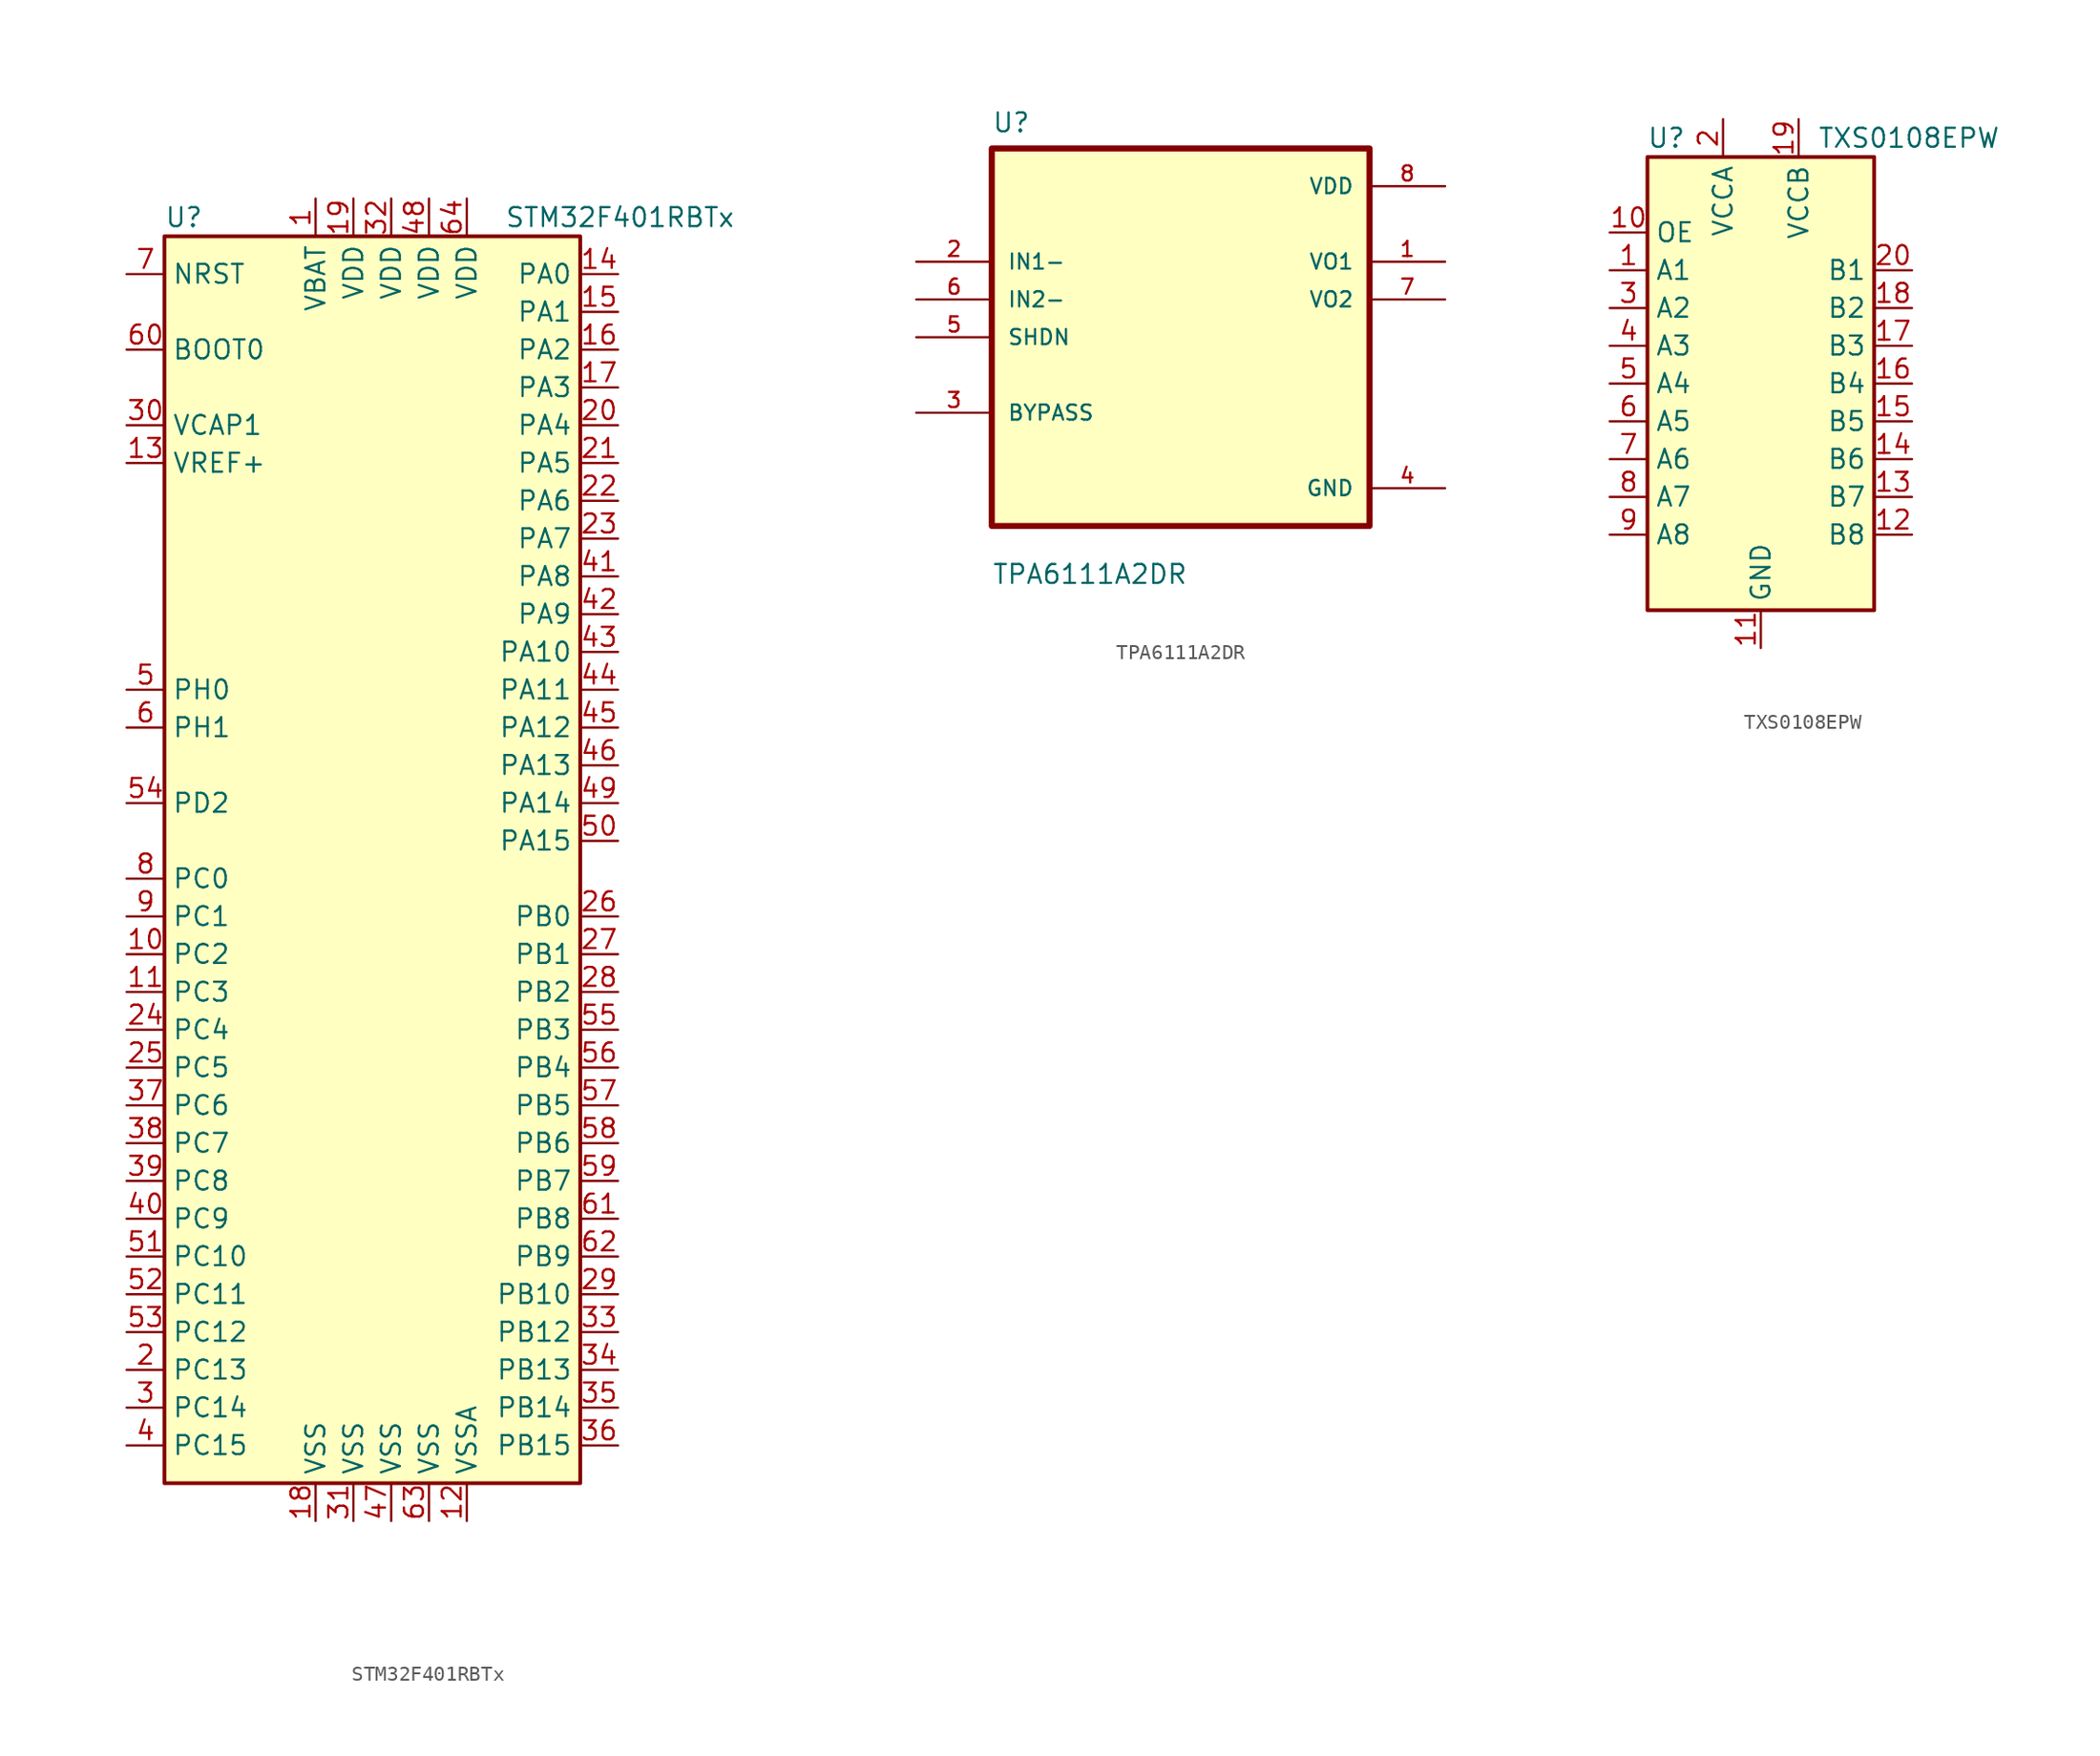
<source format=kicad_sym>
(kicad_symbol_lib
  (version 20241209)
  (generator "kicad_symbol_editor")
  (generator_version "9.0")
  (symbol "STM32F401RBTx"
    (property "Reference" "U"
      (at -15.24 41.91 0)
      (effects (font (size 1.27 1.27)) (justify left)))
    (property "Value" "STM32F401RBTx"
      (at 7.62 41.91 0)
      (effects (font (size 1.27 1.27)) (justify left)))
    (symbol "STM32F401RBTx_0_1"
      (rectangle (start -15.24 -43.18) (end 12.7 40.64) (stroke (width 0.254) (type solid)) (fill (type background))))
    (symbol "STM32F401RBTx_1_1"
      (pin input line (at -17.78 38.1 0) (length 2.54) (name "NRST" (effects (font (size 1.27 1.27)))) (number "7" (effects (font (size 1.27 1.27)))))
      (pin input line (at -17.78 33.02 0) (length 2.54) (name "BOOT0" (effects (font (size 1.27 1.27)))) (number "60" (effects (font (size 1.27 1.27)))))
      (pin power_in line (at -17.78 27.94 0) (length 2.54) (name "VCAP1" (effects (font (size 1.27 1.27)))) (number "30" (effects (font (size 1.27 1.27)))))
      (pin power_in line (at -17.78 25.4 0) (length 2.54) (name "VREF+" (effects (font (size 1.27 1.27)))) (number "13" (effects (font (size 1.27 1.27)))))
      (pin input line (at -17.78 10.16 0) (length 2.54) (name "PH0" (effects (font (size 1.27 1.27)))) (number "5" (effects (font (size 1.27 1.27)))))
      (pin input line (at -17.78 7.62 0) (length 2.54) (name "PH1" (effects (font (size 1.27 1.27)))) (number "6" (effects (font (size 1.27 1.27)))))
      (pin bidirectional line (at -17.78 2.54 0) (length 2.54) (name "PD2" (effects (font (size 1.27 1.27)))) (number "54" (effects (font (size 1.27 1.27)))))
      (pin bidirectional line (at -17.78 -2.54 0) (length 2.54) (name "PC0" (effects (font (size 1.27 1.27)))) (number "8" (effects (font (size 1.27 1.27)))))
      (pin bidirectional line (at -17.78 -5.08 0) (length 2.54) (name "PC1" (effects (font (size 1.27 1.27)))) (number "9" (effects (font (size 1.27 1.27)))))
      (pin bidirectional line (at -17.78 -7.62 0) (length 2.54) (name "PC2" (effects (font (size 1.27 1.27)))) (number "10" (effects (font (size 1.27 1.27)))))
      (pin bidirectional line (at -17.78 -10.16 0) (length 2.54) (name "PC3" (effects (font (size 1.27 1.27)))) (number "11" (effects (font (size 1.27 1.27)))))
      (pin bidirectional line (at -17.78 -12.7 0) (length 2.54) (name "PC4" (effects (font (size 1.27 1.27)))) (number "24" (effects (font (size 1.27 1.27)))))
      (pin bidirectional line (at -17.78 -15.24 0) (length 2.54) (name "PC5" (effects (font (size 1.27 1.27)))) (number "25" (effects (font (size 1.27 1.27)))))
      (pin bidirectional line (at -17.78 -17.78 0) (length 2.54) (name "PC6" (effects (font (size 1.27 1.27)))) (number "37" (effects (font (size 1.27 1.27)))))
      (pin bidirectional line (at -17.78 -20.32 0) (length 2.54) (name "PC7" (effects (font (size 1.27 1.27)))) (number "38" (effects (font (size 1.27 1.27)))))
      (pin bidirectional line (at -17.78 -22.86 0) (length 2.54) (name "PC8" (effects (font (size 1.27 1.27)))) (number "39" (effects (font (size 1.27 1.27)))))
      (pin bidirectional line (at -17.78 -25.4 0) (length 2.54) (name "PC9" (effects (font (size 1.27 1.27)))) (number "40" (effects (font (size 1.27 1.27)))))
      (pin bidirectional line (at -17.78 -27.94 0) (length 2.54) (name "PC10" (effects (font (size 1.27 1.27)))) (number "51" (effects (font (size 1.27 1.27)))))
      (pin bidirectional line (at -17.78 -30.48 0) (length 2.54) (name "PC11" (effects (font (size 1.27 1.27)))) (number "52" (effects (font (size 1.27 1.27)))))
      (pin bidirectional line (at -17.78 -33.02 0) (length 2.54) (name "PC12" (effects (font (size 1.27 1.27)))) (number "53" (effects (font (size 1.27 1.27)))))
      (pin bidirectional line (at -17.78 -35.56 0) (length 2.54) (name "PC13" (effects (font (size 1.27 1.27)))) (number "2" (effects (font (size 1.27 1.27)))))
      (pin bidirectional line (at -17.78 -38.1 0) (length 2.54) (name "PC14" (effects (font (size 1.27 1.27)))) (number "3" (effects (font (size 1.27 1.27)))))
      (pin bidirectional line (at -17.78 -40.64 0) (length 2.54) (name "PC15" (effects (font (size 1.27 1.27)))) (number "4" (effects (font (size 1.27 1.27)))))
      (pin power_in line (at -5.08 43.18 270) (length 2.54) (name "VBAT" (effects (font (size 1.27 1.27)))) (number "1" (effects (font (size 1.27 1.27)))))
      (pin power_in line (at -5.08 -45.72 90) (length 2.54) (name "VSS" (effects (font (size 1.27 1.27)))) (number "18" (effects (font (size 1.27 1.27)))))
      (pin power_in line (at -2.54 43.18 270) (length 2.54) (name "VDD" (effects (font (size 1.27 1.27)))) (number "19" (effects (font (size 1.27 1.27)))))
      (pin power_in line (at -2.54 -45.72 90) (length 2.54) (name "VSS" (effects (font (size 1.27 1.27)))) (number "31" (effects (font (size 1.27 1.27)))))
      (pin power_in line (at 0 43.18 270) (length 2.54) (name "VDD" (effects (font (size 1.27 1.27)))) (number "32" (effects (font (size 1.27 1.27)))))
      (pin power_in line (at 0 -45.72 90) (length 2.54) (name "VSS" (effects (font (size 1.27 1.27)))) (number "47" (effects (font (size 1.27 1.27)))))
      (pin power_in line (at 2.54 43.18 270) (length 2.54) (name "VDD" (effects (font (size 1.27 1.27)))) (number "48" (effects (font (size 1.27 1.27)))))
      (pin power_in line (at 2.54 -45.72 90) (length 2.54) (name "VSS" (effects (font (size 1.27 1.27)))) (number "63" (effects (font (size 1.27 1.27)))))
      (pin power_in line (at 5.08 43.18 270) (length 2.54) (name "VDD" (effects (font (size 1.27 1.27)))) (number "64" (effects (font (size 1.27 1.27)))))
      (pin power_in line (at 5.08 -45.72 90) (length 2.54) (name "VSSA" (effects (font (size 1.27 1.27)))) (number "12" (effects (font (size 1.27 1.27)))))
      (pin bidirectional line (at 15.24 38.1 180) (length 2.54) (name "PA0" (effects (font (size 1.27 1.27)))) (number "14" (effects (font (size 1.27 1.27)))))
      (pin bidirectional line (at 15.24 35.56 180) (length 2.54) (name "PA1" (effects (font (size 1.27 1.27)))) (number "15" (effects (font (size 1.27 1.27)))))
      (pin bidirectional line (at 15.24 33.02 180) (length 2.54) (name "PA2" (effects (font (size 1.27 1.27)))) (number "16" (effects (font (size 1.27 1.27)))))
      (pin bidirectional line (at 15.24 30.48 180) (length 2.54) (name "PA3" (effects (font (size 1.27 1.27)))) (number "17" (effects (font (size 1.27 1.27)))))
      (pin bidirectional line (at 15.24 27.94 180) (length 2.54) (name "PA4" (effects (font (size 1.27 1.27)))) (number "20" (effects (font (size 1.27 1.27)))))
      (pin bidirectional line (at 15.24 25.4 180) (length 2.54) (name "PA5" (effects (font (size 1.27 1.27)))) (number "21" (effects (font (size 1.27 1.27)))))
      (pin bidirectional line (at 15.24 22.86 180) (length 2.54) (name "PA6" (effects (font (size 1.27 1.27)))) (number "22" (effects (font (size 1.27 1.27)))))
      (pin bidirectional line (at 15.24 20.32 180) (length 2.54) (name "PA7" (effects (font (size 1.27 1.27)))) (number "23" (effects (font (size 1.27 1.27)))))
      (pin bidirectional line (at 15.24 17.78 180) (length 2.54) (name "PA8" (effects (font (size 1.27 1.27)))) (number "41" (effects (font (size 1.27 1.27)))))
      (pin bidirectional line (at 15.24 15.24 180) (length 2.54) (name "PA9" (effects (font (size 1.27 1.27)))) (number "42" (effects (font (size 1.27 1.27)))))
      (pin bidirectional line (at 15.24 12.7 180) (length 2.54) (name "PA10" (effects (font (size 1.27 1.27)))) (number "43" (effects (font (size 1.27 1.27)))))
      (pin bidirectional line (at 15.24 10.16 180) (length 2.54) (name "PA11" (effects (font (size 1.27 1.27)))) (number "44" (effects (font (size 1.27 1.27)))))
      (pin bidirectional line (at 15.24 7.62 180) (length 2.54) (name "PA12" (effects (font (size 1.27 1.27)))) (number "45" (effects (font (size 1.27 1.27)))))
      (pin bidirectional line (at 15.24 5.08 180) (length 2.54) (name "PA13" (effects (font (size 1.27 1.27)))) (number "46" (effects (font (size 1.27 1.27)))))
      (pin bidirectional line (at 15.24 2.54 180) (length 2.54) (name "PA14" (effects (font (size 1.27 1.27)))) (number "49" (effects (font (size 1.27 1.27)))))
      (pin bidirectional line (at 15.24 0 180) (length 2.54) (name "PA15" (effects (font (size 1.27 1.27)))) (number "50" (effects (font (size 1.27 1.27)))))
      (pin bidirectional line (at 15.24 -5.08 180) (length 2.54) (name "PB0" (effects (font (size 1.27 1.27)))) (number "26" (effects (font (size 1.27 1.27)))))
      (pin bidirectional line (at 15.24 -7.62 180) (length 2.54) (name "PB1" (effects (font (size 1.27 1.27)))) (number "27" (effects (font (size 1.27 1.27)))))
      (pin bidirectional line (at 15.24 -10.16 180) (length 2.54) (name "PB2" (effects (font (size 1.27 1.27)))) (number "28" (effects (font (size 1.27 1.27)))))
      (pin bidirectional line (at 15.24 -12.7 180) (length 2.54) (name "PB3" (effects (font (size 1.27 1.27)))) (number "55" (effects (font (size 1.27 1.27)))))
      (pin bidirectional line (at 15.24 -15.24 180) (length 2.54) (name "PB4" (effects (font (size 1.27 1.27)))) (number "56" (effects (font (size 1.27 1.27)))))
      (pin bidirectional line (at 15.24 -17.78 180) (length 2.54) (name "PB5" (effects (font (size 1.27 1.27)))) (number "57" (effects (font (size 1.27 1.27)))))
      (pin bidirectional line (at 15.24 -20.32 180) (length 2.54) (name "PB6" (effects (font (size 1.27 1.27)))) (number "58" (effects (font (size 1.27 1.27)))))
      (pin bidirectional line (at 15.24 -22.86 180) (length 2.54) (name "PB7" (effects (font (size 1.27 1.27)))) (number "59" (effects (font (size 1.27 1.27)))))
      (pin bidirectional line (at 15.24 -25.4 180) (length 2.54) (name "PB8" (effects (font (size 1.27 1.27)))) (number "61" (effects (font (size 1.27 1.27)))))
      (pin bidirectional line (at 15.24 -27.94 180) (length 2.54) (name "PB9" (effects (font (size 1.27 1.27)))) (number "62" (effects (font (size 1.27 1.27)))))
      (pin bidirectional line (at 15.24 -30.48 180) (length 2.54) (name "PB10" (effects (font (size 1.27 1.27)))) (number "29" (effects (font (size 1.27 1.27)))))
      (pin bidirectional line (at 15.24 -33.02 180) (length 2.54) (name "PB12" (effects (font (size 1.27 1.27)))) (number "33" (effects (font (size 1.27 1.27)))))
      (pin bidirectional line (at 15.24 -35.56 180) (length 2.54) (name "PB13" (effects (font (size 1.27 1.27)))) (number "34" (effects (font (size 1.27 1.27)))))
      (pin bidirectional line (at 15.24 -38.1 180) (length 2.54) (name "PB14" (effects (font (size 1.27 1.27)))) (number "35" (effects (font (size 1.27 1.27)))))
      (pin bidirectional line (at 15.24 -40.64 180) (length 2.54) (name "PB15" (effects (font (size 1.27 1.27)))) (number "36" (effects (font (size 1.27 1.27)))))))
  (symbol "TPA6111A2DR"
    (pin_names
      (offset 1.016))
    (property "Reference" "U"
      (at -12.7 13.691 0)
      (effects (font (size 1.27 1.27)) (justify left bottom)))
    (property "Value" "TPA6111A2DR"
      (at -12.7 -16.688 0)
      (effects (font (size 1.27 1.27)) (justify left bottom)))
    (property "ki_locked" ""
      (at 0 0 0)
      (effects (font (size 1.27 1.27))))
    (symbol "TPA6111A2DR_0_0"
      (rectangle (start -12.7 -12.7) (end 12.7 12.7) (stroke (width 0.406) (type solid)) (fill (type background)))
      (pin input line (at -17.78 5.08 0) (length 5.08) (name "IN1-" (effects (font (size 1.016 1.016)))) (number "2" (effects (font (size 1.016 1.016)))))
      (pin input line (at -17.78 2.54 0) (length 5.08) (name "IN2-" (effects (font (size 1.016 1.016)))) (number "6" (effects (font (size 1.016 1.016)))))
      (pin input line (at -17.78 0 0) (length 5.08) (name "SHDN" (effects (font (size 1.016 1.016)))) (number "5" (effects (font (size 1.016 1.016)))))
      (pin bidirectional line (at -17.78 -5.08 0) (length 5.08) (name "BYPASS" (effects (font (size 1.016 1.016)))) (number "3" (effects (font (size 1.016 1.016)))))
      (pin power_in line (at 17.78 10.16 180) (length 5.08) (name "VDD" (effects (font (size 1.016 1.016)))) (number "8" (effects (font (size 1.016 1.016)))))
      (pin output line (at 17.78 5.08 180) (length 5.08) (name "VO1" (effects (font (size 1.016 1.016)))) (number "1" (effects (font (size 1.016 1.016)))))
      (pin output line (at 17.78 2.54 180) (length 5.08) (name "VO2" (effects (font (size 1.016 1.016)))) (number "7" (effects (font (size 1.016 1.016)))))
      (pin power_in line (at 17.78 -10.16 180) (length 5.08) (name "GND" (effects (font (size 1.016 1.016)))) (number "4" (effects (font (size 1.016 1.016)))))))
  (symbol "TXS0108EPW"
    (property "Reference" "U"
      (at -6.35 16.51 0)
      (effects (font (size 1.27 1.27))))
    (property "Value" "TXS0108EPW"
      (at 3.81 16.51 0)
      (effects (font (size 1.27 1.27)) (justify left)))
    (symbol "TXS0108EPW_0_1"
      (rectangle (start -7.62 15.24) (end 7.62 -15.24) (stroke (width 0.254) (type solid)) (fill (type background))))
    (symbol "TXS0108EPW_1_1"
      (pin input line (at -10.16 10.16 0) (length 2.54) (name "OE" (effects (font (size 1.27 1.27)))) (number "10" (effects (font (size 1.27 1.27)))))
      (pin bidirectional line (at -10.16 7.62 0) (length 2.54) (name "A1" (effects (font (size 1.27 1.27)))) (number "1" (effects (font (size 1.27 1.27)))))
      (pin bidirectional line (at -10.16 5.08 0) (length 2.54) (name "A2" (effects (font (size 1.27 1.27)))) (number "3" (effects (font (size 1.27 1.27)))))
      (pin bidirectional line (at -10.16 2.54 0) (length 2.54) (name "A3" (effects (font (size 1.27 1.27)))) (number "4" (effects (font (size 1.27 1.27)))))
      (pin bidirectional line (at -10.16 0 0) (length 2.54) (name "A4" (effects (font (size 1.27 1.27)))) (number "5" (effects (font (size 1.27 1.27)))))
      (pin bidirectional line (at -10.16 -2.54 0) (length 2.54) (name "A5" (effects (font (size 1.27 1.27)))) (number "6" (effects (font (size 1.27 1.27)))))
      (pin bidirectional line (at -10.16 -5.08 0) (length 2.54) (name "A6" (effects (font (size 1.27 1.27)))) (number "7" (effects (font (size 1.27 1.27)))))
      (pin bidirectional line (at -10.16 -7.62 0) (length 2.54) (name "A7" (effects (font (size 1.27 1.27)))) (number "8" (effects (font (size 1.27 1.27)))))
      (pin bidirectional line (at -10.16 -10.16 0) (length 2.54) (name "A8" (effects (font (size 1.27 1.27)))) (number "9" (effects (font (size 1.27 1.27)))))
      (pin power_in line (at -2.54 17.78 270) (length 2.54) (name "VCCA" (effects (font (size 1.27 1.27)))) (number "2" (effects (font (size 1.27 1.27)))))
      (pin power_in line (at 0 -17.78 90) (length 2.54) (name "GND" (effects (font (size 1.27 1.27)))) (number "11" (effects (font (size 1.27 1.27)))))
      (pin power_in line (at 2.54 17.78 270) (length 2.54) (name "VCCB" (effects (font (size 1.27 1.27)))) (number "19" (effects (font (size 1.27 1.27)))))
      (pin bidirectional line (at 10.16 7.62 180) (length 2.54) (name "B1" (effects (font (size 1.27 1.27)))) (number "20" (effects (font (size 1.27 1.27)))))
      (pin bidirectional line (at 10.16 5.08 180) (length 2.54) (name "B2" (effects (font (size 1.27 1.27)))) (number "18" (effects (font (size 1.27 1.27)))))
      (pin bidirectional line (at 10.16 2.54 180) (length 2.54) (name "B3" (effects (font (size 1.27 1.27)))) (number "17" (effects (font (size 1.27 1.27)))))
      (pin bidirectional line (at 10.16 0 180) (length 2.54) (name "B4" (effects (font (size 1.27 1.27)))) (number "16" (effects (font (size 1.27 1.27)))))
      (pin bidirectional line (at 10.16 -2.54 180) (length 2.54) (name "B5" (effects (font (size 1.27 1.27)))) (number "15" (effects (font (size 1.27 1.27)))))
      (pin bidirectional line (at 10.16 -5.08 180) (length 2.54) (name "B6" (effects (font (size 1.27 1.27)))) (number "14" (effects (font (size 1.27 1.27)))))
      (pin bidirectional line (at 10.16 -7.62 180) (length 2.54) (name "B7" (effects (font (size 1.27 1.27)))) (number "13" (effects (font (size 1.27 1.27)))))
      (pin bidirectional line (at 10.16 -10.16 180) (length 2.54) (name "B8" (effects (font (size 1.27 1.27)))) (number "12" (effects (font (size 1.27 1.27))))))))
</source>
